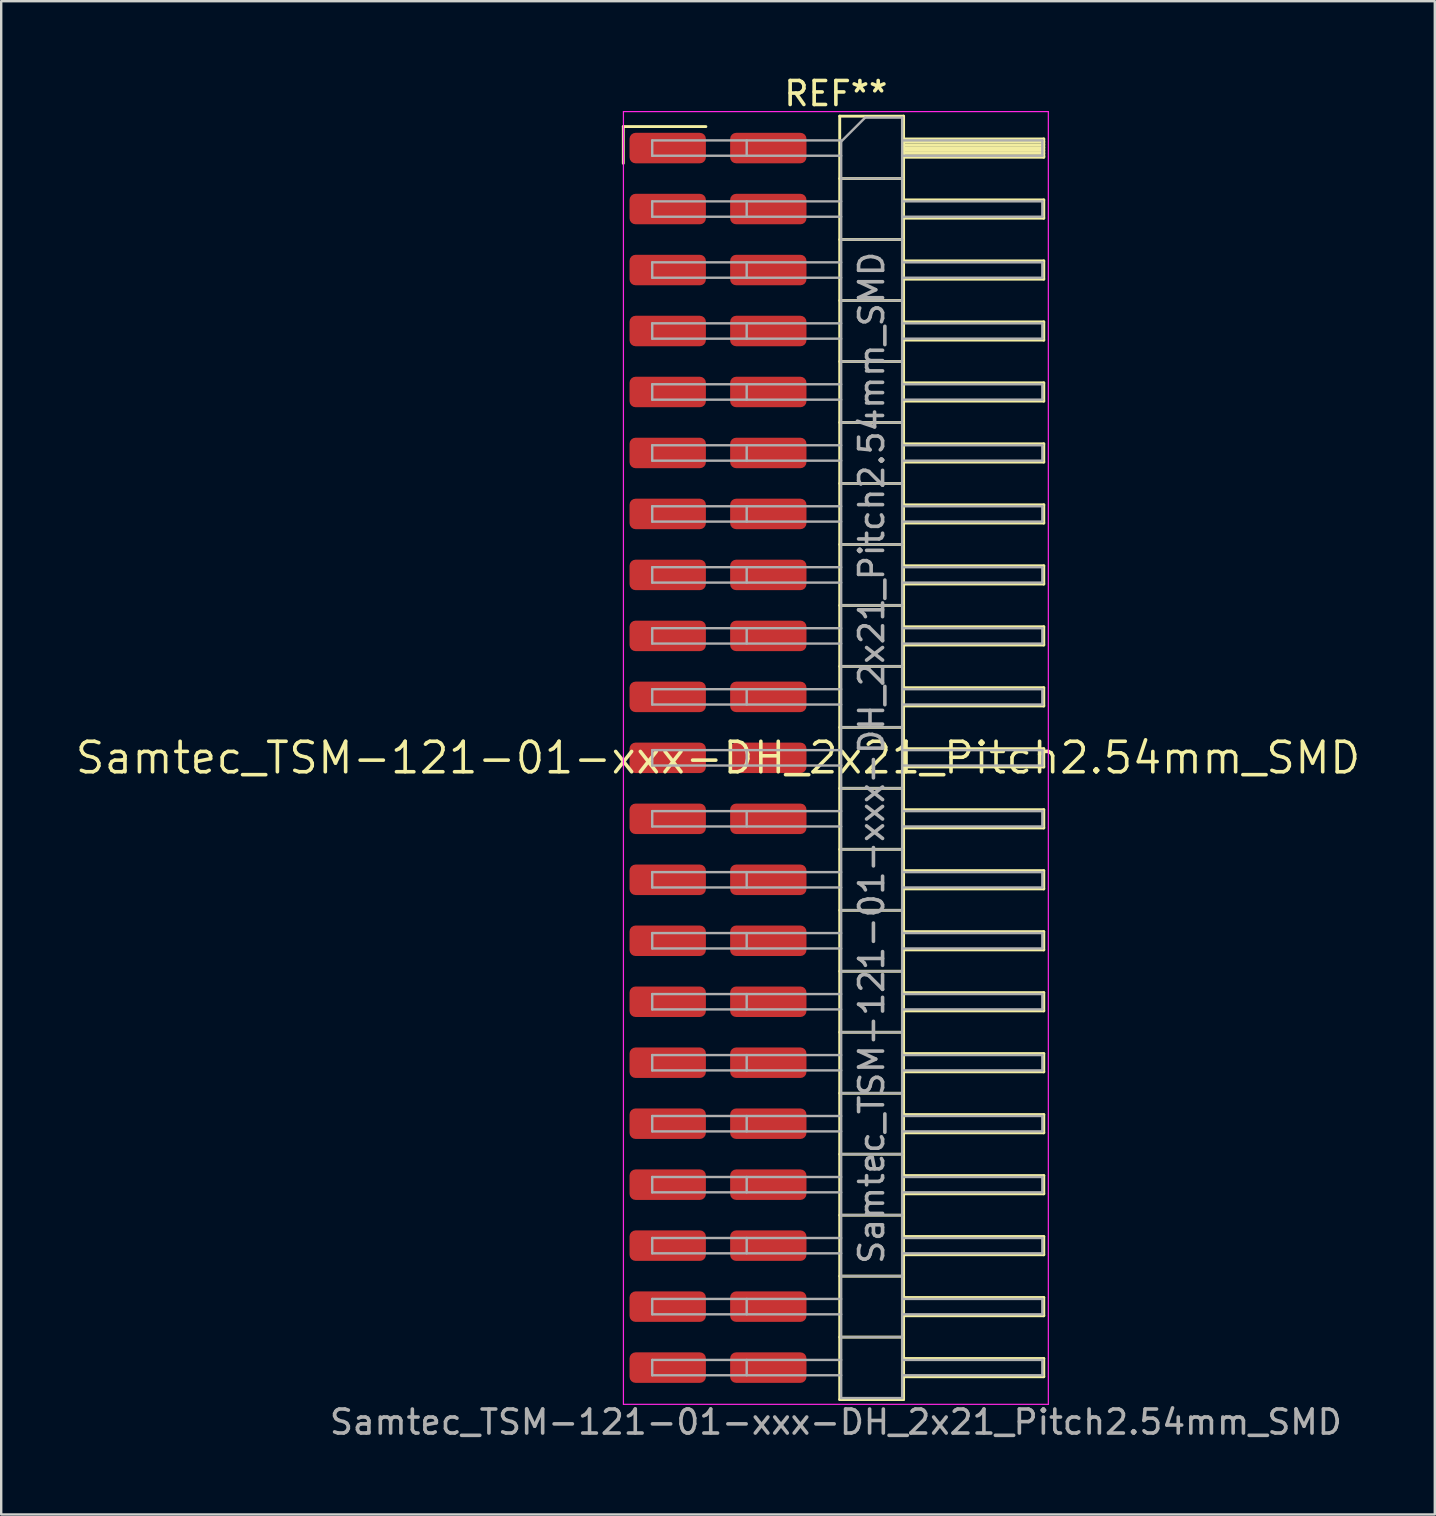
<source format=kicad_pcb>
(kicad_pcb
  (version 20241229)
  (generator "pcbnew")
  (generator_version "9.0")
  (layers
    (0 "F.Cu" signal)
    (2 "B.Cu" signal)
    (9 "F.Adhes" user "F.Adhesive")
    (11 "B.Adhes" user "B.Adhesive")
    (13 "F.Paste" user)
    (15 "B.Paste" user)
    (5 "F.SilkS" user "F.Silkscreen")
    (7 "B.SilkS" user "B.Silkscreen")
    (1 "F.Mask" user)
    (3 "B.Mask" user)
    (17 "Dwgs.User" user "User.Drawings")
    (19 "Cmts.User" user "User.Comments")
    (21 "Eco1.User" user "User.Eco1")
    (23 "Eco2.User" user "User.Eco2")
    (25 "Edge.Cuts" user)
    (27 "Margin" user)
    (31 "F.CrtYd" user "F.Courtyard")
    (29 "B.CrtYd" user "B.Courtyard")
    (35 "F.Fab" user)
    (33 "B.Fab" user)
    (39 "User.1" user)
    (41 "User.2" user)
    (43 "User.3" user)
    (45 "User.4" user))
  (footprint "Samtec_TSM-121-01-xxx-DH_2x21_Pitch2.54mm_SMD"
    (layer "F.Cu")
    (at 26.859 28.518)
    (property "Reference" "Samtec_TSM-121-01-xxx-DH_2x21_Pitch2.54mm_SMD" (at 0 0 0) (layer "F.SilkS") (effects (font (size 1.27 1.27) (thickness 0.15))))
    (attr smd)
    (fp_line (start -3.945 -26.295) (end -0.505 -26.295) (stroke (width 0.12) (type solid)) (layer "F.SilkS"))
    (fp_line (start -3.945 -24.765) (end -3.945 -26.295) (stroke (width 0.12) (type solid)) (layer "F.SilkS"))
    (fp_line (start 5.07 -26.73) (end 7.73 -26.73) (stroke (width 0.12) (type solid)) (layer "F.SilkS"))
    (fp_line (start 5.07 -24.13) (end 7.73 -24.13) (stroke (width 0.12) (type solid)) (layer "F.SilkS"))
    (fp_line (start 5.07 -21.59) (end 7.73 -21.59) (stroke (width 0.12) (type solid)) (layer "F.SilkS"))
    (fp_line (start 5.07 -19.05) (end 7.73 -19.05) (stroke (width 0.12) (type solid)) (layer "F.SilkS"))
    (fp_line (start 5.07 -16.51) (end 7.73 -16.51) (stroke (width 0.12) (type solid)) (layer "F.SilkS"))
    (fp_line (start 5.07 -13.97) (end 7.73 -13.97) (stroke (width 0.12) (type solid)) (layer "F.SilkS"))
    (fp_line (start 5.07 -11.43) (end 7.73 -11.43) (stroke (width 0.12) (type solid)) (layer "F.SilkS"))
    (fp_line (start 5.07 -8.89) (end 7.73 -8.89) (stroke (width 0.12) (type solid)) (layer "F.SilkS"))
    (fp_line (start 5.07 -6.35) (end 7.73 -6.35) (stroke (width 0.12) (type solid)) (layer "F.SilkS"))
    (fp_line (start 5.07 -3.81) (end 7.73 -3.81) (stroke (width 0.12) (type solid)) (layer "F.SilkS"))
    (fp_line (start 5.07 -1.27) (end 7.73 -1.27) (stroke (width 0.12) (type solid)) (layer "F.SilkS"))
    (fp_line (start 5.07 1.27) (end 7.73 1.27) (stroke (width 0.12) (type solid)) (layer "F.SilkS"))
    (fp_line (start 5.07 3.81) (end 7.73 3.81) (stroke (width 0.12) (type solid)) (layer "F.SilkS"))
    (fp_line (start 5.07 6.35) (end 7.73 6.35) (stroke (width 0.12) (type solid)) (layer "F.SilkS"))
    (fp_line (start 5.07 8.89) (end 7.73 8.89) (stroke (width 0.12) (type solid)) (layer "F.SilkS"))
    (fp_line (start 5.07 11.43) (end 7.73 11.43) (stroke (width 0.12) (type solid)) (layer "F.SilkS"))
    (fp_line (start 5.07 13.97) (end 7.73 13.97) (stroke (width 0.12) (type solid)) (layer "F.SilkS"))
    (fp_line (start 5.07 16.51) (end 7.73 16.51) (stroke (width 0.12) (type solid)) (layer "F.SilkS"))
    (fp_line (start 5.07 19.05) (end 7.73 19.05) (stroke (width 0.12) (type solid)) (layer "F.SilkS"))
    (fp_line (start 5.07 21.59) (end 7.73 21.59) (stroke (width 0.12) (type solid)) (layer "F.SilkS"))
    (fp_line (start 5.07 24.13) (end 7.73 24.13) (stroke (width 0.12) (type solid)) (layer "F.SilkS"))
    (fp_line (start 5.07 26.73) (end 5.07 -26.73) (stroke (width 0.12) (type solid)) (layer "F.SilkS"))
    (fp_line (start 7.73 -26.73) (end 7.73 26.73) (stroke (width 0.12) (type solid)) (layer "F.SilkS"))
    (fp_line (start 7.73 -25.78) (end 13.57 -25.78) (stroke (width 0.12) (type solid)) (layer "F.SilkS"))
    (fp_line (start 7.73 -25.66) (end 13.57 -25.66) (stroke (width 0.12) (type solid)) (layer "F.SilkS"))
    (fp_line (start 7.73 -25.54) (end 13.57 -25.54) (stroke (width 0.12) (type solid)) (layer "F.SilkS"))
    (fp_line (start 7.73 -25.42) (end 13.57 -25.42) (stroke (width 0.12) (type solid)) (layer "F.SilkS"))
    (fp_line (start 7.73 -25.3) (end 13.57 -25.3) (stroke (width 0.12) (type solid)) (layer "F.SilkS"))
    (fp_line (start 7.73 -25.18) (end 13.57 -25.18) (stroke (width 0.12) (type solid)) (layer "F.SilkS"))
    (fp_line (start 7.73 -25.06) (end 13.57 -25.06) (stroke (width 0.12) (type solid)) (layer "F.SilkS"))
    (fp_line (start 7.73 -25.02) (end 13.57 -25.02) (stroke (width 0.12) (type solid)) (layer "F.SilkS"))
    (fp_line (start 7.73 -23.24) (end 13.57 -23.24) (stroke (width 0.12) (type solid)) (layer "F.SilkS"))
    (fp_line (start 7.73 -22.48) (end 13.57 -22.48) (stroke (width 0.12) (type solid)) (layer "F.SilkS"))
    (fp_line (start 7.73 -20.7) (end 13.57 -20.7) (stroke (width 0.12) (type solid)) (layer "F.SilkS"))
    (fp_line (start 7.73 -19.94) (end 13.57 -19.94) (stroke (width 0.12) (type solid)) (layer "F.SilkS"))
    (fp_line (start 7.73 -18.16) (end 13.57 -18.16) (stroke (width 0.12) (type solid)) (layer "F.SilkS"))
    (fp_line (start 7.73 -17.4) (end 13.57 -17.4) (stroke (width 0.12) (type solid)) (layer "F.SilkS"))
    (fp_line (start 7.73 -15.62) (end 13.57 -15.62) (stroke (width 0.12) (type solid)) (layer "F.SilkS"))
    (fp_line (start 7.73 -14.86) (end 13.57 -14.86) (stroke (width 0.12) (type solid)) (layer "F.SilkS"))
    (fp_line (start 7.73 -13.08) (end 13.57 -13.08) (stroke (width 0.12) (type solid)) (layer "F.SilkS"))
    (fp_line (start 7.73 -12.32) (end 13.57 -12.32) (stroke (width 0.12) (type solid)) (layer "F.SilkS"))
    (fp_line (start 7.73 -10.54) (end 13.57 -10.54) (stroke (width 0.12) (type solid)) (layer "F.SilkS"))
    (fp_line (start 7.73 -9.78) (end 13.57 -9.78) (stroke (width 0.12) (type solid)) (layer "F.SilkS"))
    (fp_line (start 7.73 -8) (end 13.57 -8) (stroke (width 0.12) (type solid)) (layer "F.SilkS"))
    (fp_line (start 7.73 -7.24) (end 13.57 -7.24) (stroke (width 0.12) (type solid)) (layer "F.SilkS"))
    (fp_line (start 7.73 -5.46) (end 13.57 -5.46) (stroke (width 0.12) (type solid)) (layer "F.SilkS"))
    (fp_line (start 7.73 -4.7) (end 13.57 -4.7) (stroke (width 0.12) (type solid)) (layer "F.SilkS"))
    (fp_line (start 7.73 -2.92) (end 13.57 -2.92) (stroke (width 0.12) (type solid)) (layer "F.SilkS"))
    (fp_line (start 7.73 -2.16) (end 13.57 -2.16) (stroke (width 0.12) (type solid)) (layer "F.SilkS"))
    (fp_line (start 7.73 -0.38) (end 13.57 -0.38) (stroke (width 0.12) (type solid)) (layer "F.SilkS"))
    (fp_line (start 7.73 0.38) (end 13.57 0.38) (stroke (width 0.12) (type solid)) (layer "F.SilkS"))
    (fp_line (start 7.73 2.16) (end 13.57 2.16) (stroke (width 0.12) (type solid)) (layer "F.SilkS"))
    (fp_line (start 7.73 2.92) (end 13.57 2.92) (stroke (width 0.12) (type solid)) (layer "F.SilkS"))
    (fp_line (start 7.73 4.7) (end 13.57 4.7) (stroke (width 0.12) (type solid)) (layer "F.SilkS"))
    (fp_line (start 7.73 5.46) (end 13.57 5.46) (stroke (width 0.12) (type solid)) (layer "F.SilkS"))
    (fp_line (start 7.73 7.24) (end 13.57 7.24) (stroke (width 0.12) (type solid)) (layer "F.SilkS"))
    (fp_line (start 7.73 8) (end 13.57 8) (stroke (width 0.12) (type solid)) (layer "F.SilkS"))
    (fp_line (start 7.73 9.78) (end 13.57 9.78) (stroke (width 0.12) (type solid)) (layer "F.SilkS"))
    (fp_line (start 7.73 10.54) (end 13.57 10.54) (stroke (width 0.12) (type solid)) (layer "F.SilkS"))
    (fp_line (start 7.73 12.32) (end 13.57 12.32) (stroke (width 0.12) (type solid)) (layer "F.SilkS"))
    (fp_line (start 7.73 13.08) (end 13.57 13.08) (stroke (width 0.12) (type solid)) (layer "F.SilkS"))
    (fp_line (start 7.73 14.86) (end 13.57 14.86) (stroke (width 0.12) (type solid)) (layer "F.SilkS"))
    (fp_line (start 7.73 15.62) (end 13.57 15.62) (stroke (width 0.12) (type solid)) (layer "F.SilkS"))
    (fp_line (start 7.73 17.4) (end 13.57 17.4) (stroke (width 0.12) (type solid)) (layer "F.SilkS"))
    (fp_line (start 7.73 18.16) (end 13.57 18.16) (stroke (width 0.12) (type solid)) (layer "F.SilkS"))
    (fp_line (start 7.73 19.94) (end 13.57 19.94) (stroke (width 0.12) (type solid)) (layer "F.SilkS"))
    (fp_line (start 7.73 20.7) (end 13.57 20.7) (stroke (width 0.12) (type solid)) (layer "F.SilkS"))
    (fp_line (start 7.73 22.48) (end 13.57 22.48) (stroke (width 0.12) (type solid)) (layer "F.SilkS"))
    (fp_line (start 7.73 23.24) (end 13.57 23.24) (stroke (width 0.12) (type solid)) (layer "F.SilkS"))
    (fp_line (start 7.73 25.02) (end 13.57 25.02) (stroke (width 0.12) (type solid)) (layer "F.SilkS"))
    (fp_line (start 7.73 25.78) (end 13.57 25.78) (stroke (width 0.12) (type solid)) (layer "F.SilkS"))
    (fp_line (start 7.73 26.73) (end 5.07 26.73) (stroke (width 0.12) (type solid)) (layer "F.SilkS"))
    (fp_line (start 13.57 -25.78) (end 13.57 -25.02) (stroke (width 0.12) (type solid)) (layer "F.SilkS"))
    (fp_line (start 13.57 -23.24) (end 13.57 -22.48) (stroke (width 0.12) (type solid)) (layer "F.SilkS"))
    (fp_line (start 13.57 -20.7) (end 13.57 -19.94) (stroke (width 0.12) (type solid)) (layer "F.SilkS"))
    (fp_line (start 13.57 -18.16) (end 13.57 -17.4) (stroke (width 0.12) (type solid)) (layer "F.SilkS"))
    (fp_line (start 13.57 -15.62) (end 13.57 -14.86) (stroke (width 0.12) (type solid)) (layer "F.SilkS"))
    (fp_line (start 13.57 -13.08) (end 13.57 -12.32) (stroke (width 0.12) (type solid)) (layer "F.SilkS"))
    (fp_line (start 13.57 -10.54) (end 13.57 -9.78) (stroke (width 0.12) (type solid)) (layer "F.SilkS"))
    (fp_line (start 13.57 -8) (end 13.57 -7.24) (stroke (width 0.12) (type solid)) (layer "F.SilkS"))
    (fp_line (start 13.57 -5.46) (end 13.57 -4.7) (stroke (width 0.12) (type solid)) (layer "F.SilkS"))
    (fp_line (start 13.57 -2.92) (end 13.57 -2.16) (stroke (width 0.12) (type solid)) (layer "F.SilkS"))
    (fp_line (start 13.57 -0.38) (end 13.57 0.38) (stroke (width 0.12) (type solid)) (layer "F.SilkS"))
    (fp_line (start 13.57 2.16) (end 13.57 2.92) (stroke (width 0.12) (type solid)) (layer "F.SilkS"))
    (fp_line (start 13.57 4.7) (end 13.57 5.46) (stroke (width 0.12) (type solid)) (layer "F.SilkS"))
    (fp_line (start 13.57 7.24) (end 13.57 8) (stroke (width 0.12) (type solid)) (layer "F.SilkS"))
    (fp_line (start 13.57 9.78) (end 13.57 10.54) (stroke (width 0.12) (type solid)) (layer "F.SilkS"))
    (fp_line (start 13.57 12.32) (end 13.57 13.08) (stroke (width 0.12) (type solid)) (layer "F.SilkS"))
    (fp_line (start 13.57 14.86) (end 13.57 15.62) (stroke (width 0.12) (type solid)) (layer "F.SilkS"))
    (fp_line (start 13.57 17.4) (end 13.57 18.16) (stroke (width 0.12) (type solid)) (layer "F.SilkS"))
    (fp_line (start 13.57 19.94) (end 13.57 20.7) (stroke (width 0.12) (type solid)) (layer "F.SilkS"))
    (fp_line (start 13.57 22.48) (end 13.57 23.24) (stroke (width 0.12) (type solid)) (layer "F.SilkS"))
    (fp_line (start 13.57 25.02) (end 13.57 25.78) (stroke (width 0.12) (type solid)) (layer "F.SilkS"))
    (fp_line (start -3.94 -26.92) (end 13.76 -26.92) (stroke (width 0.05) (type solid)) (layer "F.CrtYd"))
    (fp_line (start -3.94 26.93) (end -3.94 -26.92) (stroke (width 0.05) (type solid)) (layer "F.CrtYd"))
    (fp_line (start 13.76 -26.92) (end 13.76 26.93) (stroke (width 0.05) (type solid)) (layer "F.CrtYd"))
    (fp_line (start 13.76 26.93) (end -3.94 26.93) (stroke (width 0.05) (type solid)) (layer "F.CrtYd"))
    (fp_line (start -2.74 -25.72) (end -2.74 -25.08) (stroke (width 0.1) (type solid)) (layer "F.Fab"))
    (fp_line (start -2.74 -25.72) (end 5.13 -25.72) (stroke (width 0.1) (type solid)) (layer "F.Fab"))
    (fp_line (start -2.74 -25.08) (end 5.13 -25.08) (stroke (width 0.1) (type solid)) (layer "F.Fab"))
    (fp_line (start -2.74 -23.18) (end -2.74 -22.54) (stroke (width 0.1) (type solid)) (layer "F.Fab"))
    (fp_line (start -2.74 -23.18) (end 5.13 -23.18) (stroke (width 0.1) (type solid)) (layer "F.Fab"))
    (fp_line (start -2.74 -22.54) (end 5.13 -22.54) (stroke (width 0.1) (type solid)) (layer "F.Fab"))
    (fp_line (start -2.74 -20.64) (end -2.74 -20) (stroke (width 0.1) (type solid)) (layer "F.Fab"))
    (fp_line (start -2.74 -20.64) (end 5.13 -20.64) (stroke (width 0.1) (type solid)) (layer "F.Fab"))
    (fp_line (start -2.74 -20) (end 5.13 -20) (stroke (width 0.1) (type solid)) (layer "F.Fab"))
    (fp_line (start -2.74 -18.1) (end -2.74 -17.46) (stroke (width 0.1) (type solid)) (layer "F.Fab"))
    (fp_line (start -2.74 -18.1) (end 5.13 -18.1) (stroke (width 0.1) (type solid)) (layer "F.Fab"))
    (fp_line (start -2.74 -17.46) (end 5.13 -17.46) (stroke (width 0.1) (type solid)) (layer "F.Fab"))
    (fp_line (start -2.74 -15.56) (end -2.74 -14.92) (stroke (width 0.1) (type solid)) (layer "F.Fab"))
    (fp_line (start -2.74 -15.56) (end 5.13 -15.56) (stroke (width 0.1) (type solid)) (layer "F.Fab"))
    (fp_line (start -2.74 -14.92) (end 5.13 -14.92) (stroke (width 0.1) (type solid)) (layer "F.Fab"))
    (fp_line (start -2.74 -13.02) (end -2.74 -12.38) (stroke (width 0.1) (type solid)) (layer "F.Fab"))
    (fp_line (start -2.74 -13.02) (end 5.13 -13.02) (stroke (width 0.1) (type solid)) (layer "F.Fab"))
    (fp_line (start -2.74 -12.38) (end 5.13 -12.38) (stroke (width 0.1) (type solid)) (layer "F.Fab"))
    (fp_line (start -2.74 -10.48) (end -2.74 -9.84) (stroke (width 0.1) (type solid)) (layer "F.Fab"))
    (fp_line (start -2.74 -10.48) (end 5.13 -10.48) (stroke (width 0.1) (type solid)) (layer "F.Fab"))
    (fp_line (start -2.74 -9.84) (end 5.13 -9.84) (stroke (width 0.1) (type solid)) (layer "F.Fab"))
    (fp_line (start -2.74 -7.94) (end -2.74 -7.3) (stroke (width 0.1) (type solid)) (layer "F.Fab"))
    (fp_line (start -2.74 -7.94) (end 5.13 -7.94) (stroke (width 0.1) (type solid)) (layer "F.Fab"))
    (fp_line (start -2.74 -7.3) (end 5.13 -7.3) (stroke (width 0.1) (type solid)) (layer "F.Fab"))
    (fp_line (start -2.74 -5.4) (end -2.74 -4.76) (stroke (width 0.1) (type solid)) (layer "F.Fab"))
    (fp_line (start -2.74 -5.4) (end 5.13 -5.4) (stroke (width 0.1) (type solid)) (layer "F.Fab"))
    (fp_line (start -2.74 -4.76) (end 5.13 -4.76) (stroke (width 0.1) (type solid)) (layer "F.Fab"))
    (fp_line (start -2.74 -2.86) (end -2.74 -2.22) (stroke (width 0.1) (type solid)) (layer "F.Fab"))
    (fp_line (start -2.74 -2.86) (end 5.13 -2.86) (stroke (width 0.1) (type solid)) (layer "F.Fab"))
    (fp_line (start -2.74 -2.22) (end 5.13 -2.22) (stroke (width 0.1) (type solid)) (layer "F.Fab"))
    (fp_line (start -2.74 -0.32) (end -2.74 0.32) (stroke (width 0.1) (type solid)) (layer "F.Fab"))
    (fp_line (start -2.74 -0.32) (end 5.13 -0.32) (stroke (width 0.1) (type solid)) (layer "F.Fab"))
    (fp_line (start -2.74 0.32) (end 5.13 0.32) (stroke (width 0.1) (type solid)) (layer "F.Fab"))
    (fp_line (start -2.74 2.22) (end -2.74 2.86) (stroke (width 0.1) (type solid)) (layer "F.Fab"))
    (fp_line (start -2.74 2.22) (end 5.13 2.22) (stroke (width 0.1) (type solid)) (layer "F.Fab"))
    (fp_line (start -2.74 2.86) (end 5.13 2.86) (stroke (width 0.1) (type solid)) (layer "F.Fab"))
    (fp_line (start -2.74 4.76) (end -2.74 5.4) (stroke (width 0.1) (type solid)) (layer "F.Fab"))
    (fp_line (start -2.74 4.76) (end 5.13 4.76) (stroke (width 0.1) (type solid)) (layer "F.Fab"))
    (fp_line (start -2.74 5.4) (end 5.13 5.4) (stroke (width 0.1) (type solid)) (layer "F.Fab"))
    (fp_line (start -2.74 7.3) (end -2.74 7.94) (stroke (width 0.1) (type solid)) (layer "F.Fab"))
    (fp_line (start -2.74 7.3) (end 5.13 7.3) (stroke (width 0.1) (type solid)) (layer "F.Fab"))
    (fp_line (start -2.74 7.94) (end 5.13 7.94) (stroke (width 0.1) (type solid)) (layer "F.Fab"))
    (fp_line (start -2.74 9.84) (end -2.74 10.48) (stroke (width 0.1) (type solid)) (layer "F.Fab"))
    (fp_line (start -2.74 9.84) (end 5.13 9.84) (stroke (width 0.1) (type solid)) (layer "F.Fab"))
    (fp_line (start -2.74 10.48) (end 5.13 10.48) (stroke (width 0.1) (type solid)) (layer "F.Fab"))
    (fp_line (start -2.74 12.38) (end -2.74 13.02) (stroke (width 0.1) (type solid)) (layer "F.Fab"))
    (fp_line (start -2.74 12.38) (end 5.13 12.38) (stroke (width 0.1) (type solid)) (layer "F.Fab"))
    (fp_line (start -2.74 13.02) (end 5.13 13.02) (stroke (width 0.1) (type solid)) (layer "F.Fab"))
    (fp_line (start -2.74 14.92) (end -2.74 15.56) (stroke (width 0.1) (type solid)) (layer "F.Fab"))
    (fp_line (start -2.74 14.92) (end 5.13 14.92) (stroke (width 0.1) (type solid)) (layer "F.Fab"))
    (fp_line (start -2.74 15.56) (end 5.13 15.56) (stroke (width 0.1) (type solid)) (layer "F.Fab"))
    (fp_line (start -2.74 17.46) (end -2.74 18.1) (stroke (width 0.1) (type solid)) (layer "F.Fab"))
    (fp_line (start -2.74 17.46) (end 5.13 17.46) (stroke (width 0.1) (type solid)) (layer "F.Fab"))
    (fp_line (start -2.74 18.1) (end 5.13 18.1) (stroke (width 0.1) (type solid)) (layer "F.Fab"))
    (fp_line (start -2.74 20) (end -2.74 20.64) (stroke (width 0.1) (type solid)) (layer "F.Fab"))
    (fp_line (start -2.74 20) (end 5.13 20) (stroke (width 0.1) (type solid)) (layer "F.Fab"))
    (fp_line (start -2.74 20.64) (end 5.13 20.64) (stroke (width 0.1) (type solid)) (layer "F.Fab"))
    (fp_line (start -2.74 22.54) (end -2.74 23.18) (stroke (width 0.1) (type solid)) (layer "F.Fab"))
    (fp_line (start -2.74 22.54) (end 5.13 22.54) (stroke (width 0.1) (type solid)) (layer "F.Fab"))
    (fp_line (start -2.74 23.18) (end 5.13 23.18) (stroke (width 0.1) (type solid)) (layer "F.Fab"))
    (fp_line (start -2.74 25.08) (end -2.74 25.72) (stroke (width 0.1) (type solid)) (layer "F.Fab"))
    (fp_line (start -2.74 25.08) (end 5.13 25.08) (stroke (width 0.1) (type solid)) (layer "F.Fab"))
    (fp_line (start -2.74 25.72) (end 5.13 25.72) (stroke (width 0.1) (type solid)) (layer "F.Fab"))
    (fp_line (start 1.195 -25.72) (end 1.195 -25.08) (stroke (width 0.1) (type solid)) (layer "F.Fab"))
    (fp_line (start 1.195 -23.18) (end 1.195 -22.54) (stroke (width 0.1) (type solid)) (layer "F.Fab"))
    (fp_line (start 1.195 -20.64) (end 1.195 -20) (stroke (width 0.1) (type solid)) (layer "F.Fab"))
    (fp_line (start 1.195 -18.1) (end 1.195 -17.46) (stroke (width 0.1) (type solid)) (layer "F.Fab"))
    (fp_line (start 1.195 -15.56) (end 1.195 -14.92) (stroke (width 0.1) (type solid)) (layer "F.Fab"))
    (fp_line (start 1.195 -13.02) (end 1.195 -12.38) (stroke (width 0.1) (type solid)) (layer "F.Fab"))
    (fp_line (start 1.195 -10.48) (end 1.195 -9.84) (stroke (width 0.1) (type solid)) (layer "F.Fab"))
    (fp_line (start 1.195 -7.94) (end 1.195 -7.3) (stroke (width 0.1) (type solid)) (layer "F.Fab"))
    (fp_line (start 1.195 -5.4) (end 1.195 -4.76) (stroke (width 0.1) (type solid)) (layer "F.Fab"))
    (fp_line (start 1.195 -2.86) (end 1.195 -2.22) (stroke (width 0.1) (type solid)) (layer "F.Fab"))
    (fp_line (start 1.195 -0.32) (end 1.195 0.32) (stroke (width 0.1) (type solid)) (layer "F.Fab"))
    (fp_line (start 1.195 2.22) (end 1.195 2.86) (stroke (width 0.1) (type solid)) (layer "F.Fab"))
    (fp_line (start 1.195 4.76) (end 1.195 5.4) (stroke (width 0.1) (type solid)) (layer "F.Fab"))
    (fp_line (start 1.195 7.3) (end 1.195 7.94) (stroke (width 0.1) (type solid)) (layer "F.Fab"))
    (fp_line (start 1.195 9.84) (end 1.195 10.48) (stroke (width 0.1) (type solid)) (layer "F.Fab"))
    (fp_line (start 1.195 12.38) (end 1.195 13.02) (stroke (width 0.1) (type solid)) (layer "F.Fab"))
    (fp_line (start 1.195 14.92) (end 1.195 15.56) (stroke (width 0.1) (type solid)) (layer "F.Fab"))
    (fp_line (start 1.195 17.46) (end 1.195 18.1) (stroke (width 0.1) (type solid)) (layer "F.Fab"))
    (fp_line (start 1.195 20) (end 1.195 20.64) (stroke (width 0.1) (type solid)) (layer "F.Fab"))
    (fp_line (start 1.195 22.54) (end 1.195 23.18) (stroke (width 0.1) (type solid)) (layer "F.Fab"))
    (fp_line (start 1.195 25.08) (end 1.195 25.72) (stroke (width 0.1) (type solid)) (layer "F.Fab"))
    (fp_line (start 5.13 -25.67) (end 6.13 -26.67) (stroke (width 0.1) (type solid)) (layer "F.Fab"))
    (fp_line (start 5.13 -24.13) (end 7.67 -24.13) (stroke (width 0.1) (type solid)) (layer "F.Fab"))
    (fp_line (start 5.13 -21.59) (end 7.67 -21.59) (stroke (width 0.1) (type solid)) (layer "F.Fab"))
    (fp_line (start 5.13 -19.05) (end 7.67 -19.05) (stroke (width 0.1) (type solid)) (layer "F.Fab"))
    (fp_line (start 5.13 -16.51) (end 7.67 -16.51) (stroke (width 0.1) (type solid)) (layer "F.Fab"))
    (fp_line (start 5.13 -13.97) (end 7.67 -13.97) (stroke (width 0.1) (type solid)) (layer "F.Fab"))
    (fp_line (start 5.13 -11.43) (end 7.67 -11.43) (stroke (width 0.1) (type solid)) (layer "F.Fab"))
    (fp_line (start 5.13 -8.89) (end 7.67 -8.89) (stroke (width 0.1) (type solid)) (layer "F.Fab"))
    (fp_line (start 5.13 -6.35) (end 7.67 -6.35) (stroke (width 0.1) (type solid)) (layer "F.Fab"))
    (fp_line (start 5.13 -3.81) (end 7.67 -3.81) (stroke (width 0.1) (type solid)) (layer "F.Fab"))
    (fp_line (start 5.13 -1.27) (end 7.67 -1.27) (stroke (width 0.1) (type solid)) (layer "F.Fab"))
    (fp_line (start 5.13 1.27) (end 7.67 1.27) (stroke (width 0.1) (type solid)) (layer "F.Fab"))
    (fp_line (start 5.13 3.81) (end 7.67 3.81) (stroke (width 0.1) (type solid)) (layer "F.Fab"))
    (fp_line (start 5.13 6.35) (end 7.67 6.35) (stroke (width 0.1) (type solid)) (layer "F.Fab"))
    (fp_line (start 5.13 8.89) (end 7.67 8.89) (stroke (width 0.1) (type solid)) (layer "F.Fab"))
    (fp_line (start 5.13 11.43) (end 7.67 11.43) (stroke (width 0.1) (type solid)) (layer "F.Fab"))
    (fp_line (start 5.13 13.97) (end 7.67 13.97) (stroke (width 0.1) (type solid)) (layer "F.Fab"))
    (fp_line (start 5.13 16.51) (end 7.67 16.51) (stroke (width 0.1) (type solid)) (layer "F.Fab"))
    (fp_line (start 5.13 19.05) (end 7.67 19.05) (stroke (width 0.1) (type solid)) (layer "F.Fab"))
    (fp_line (start 5.13 21.59) (end 7.67 21.59) (stroke (width 0.1) (type solid)) (layer "F.Fab"))
    (fp_line (start 5.13 24.13) (end 7.67 24.13) (stroke (width 0.1) (type solid)) (layer "F.Fab"))
    (fp_line (start 5.13 26.67) (end 5.13 -25.67) (stroke (width 0.1) (type solid)) (layer "F.Fab"))
    (fp_line (start 6.13 -26.67) (end 7.67 -26.67) (stroke (width 0.1) (type solid)) (layer "F.Fab"))
    (fp_line (start 7.67 -26.67) (end 7.67 26.67) (stroke (width 0.1) (type solid)) (layer "F.Fab"))
    (fp_line (start 7.67 -25.72) (end 13.51 -25.72) (stroke (width 0.1) (type solid)) (layer "F.Fab"))
    (fp_line (start 7.67 -25.08) (end 13.51 -25.08) (stroke (width 0.1) (type solid)) (layer "F.Fab"))
    (fp_line (start 7.67 -23.18) (end 13.51 -23.18) (stroke (width 0.1) (type solid)) (layer "F.Fab"))
    (fp_line (start 7.67 -22.54) (end 13.51 -22.54) (stroke (width 0.1) (type solid)) (layer "F.Fab"))
    (fp_line (start 7.67 -20.64) (end 13.51 -20.64) (stroke (width 0.1) (type solid)) (layer "F.Fab"))
    (fp_line (start 7.67 -20) (end 13.51 -20) (stroke (width 0.1) (type solid)) (layer "F.Fab"))
    (fp_line (start 7.67 -18.1) (end 13.51 -18.1) (stroke (width 0.1) (type solid)) (layer "F.Fab"))
    (fp_line (start 7.67 -17.46) (end 13.51 -17.46) (stroke (width 0.1) (type solid)) (layer "F.Fab"))
    (fp_line (start 7.67 -15.56) (end 13.51 -15.56) (stroke (width 0.1) (type solid)) (layer "F.Fab"))
    (fp_line (start 7.67 -14.92) (end 13.51 -14.92) (stroke (width 0.1) (type solid)) (layer "F.Fab"))
    (fp_line (start 7.67 -13.02) (end 13.51 -13.02) (stroke (width 0.1) (type solid)) (layer "F.Fab"))
    (fp_line (start 7.67 -12.38) (end 13.51 -12.38) (stroke (width 0.1) (type solid)) (layer "F.Fab"))
    (fp_line (start 7.67 -10.48) (end 13.51 -10.48) (stroke (width 0.1) (type solid)) (layer "F.Fab"))
    (fp_line (start 7.67 -9.84) (end 13.51 -9.84) (stroke (width 0.1) (type solid)) (layer "F.Fab"))
    (fp_line (start 7.67 -7.94) (end 13.51 -7.94) (stroke (width 0.1) (type solid)) (layer "F.Fab"))
    (fp_line (start 7.67 -7.3) (end 13.51 -7.3) (stroke (width 0.1) (type solid)) (layer "F.Fab"))
    (fp_line (start 7.67 -5.4) (end 13.51 -5.4) (stroke (width 0.1) (type solid)) (layer "F.Fab"))
    (fp_line (start 7.67 -4.76) (end 13.51 -4.76) (stroke (width 0.1) (type solid)) (layer "F.Fab"))
    (fp_line (start 7.67 -2.86) (end 13.51 -2.86) (stroke (width 0.1) (type solid)) (layer "F.Fab"))
    (fp_line (start 7.67 -2.22) (end 13.51 -2.22) (stroke (width 0.1) (type solid)) (layer "F.Fab"))
    (fp_line (start 7.67 -0.32) (end 13.51 -0.32) (stroke (width 0.1) (type solid)) (layer "F.Fab"))
    (fp_line (start 7.67 0.32) (end 13.51 0.32) (stroke (width 0.1) (type solid)) (layer "F.Fab"))
    (fp_line (start 7.67 2.22) (end 13.51 2.22) (stroke (width 0.1) (type solid)) (layer "F.Fab"))
    (fp_line (start 7.67 2.86) (end 13.51 2.86) (stroke (width 0.1) (type solid)) (layer "F.Fab"))
    (fp_line (start 7.67 4.76) (end 13.51 4.76) (stroke (width 0.1) (type solid)) (layer "F.Fab"))
    (fp_line (start 7.67 5.4) (end 13.51 5.4) (stroke (width 0.1) (type solid)) (layer "F.Fab"))
    (fp_line (start 7.67 7.3) (end 13.51 7.3) (stroke (width 0.1) (type solid)) (layer "F.Fab"))
    (fp_line (start 7.67 7.94) (end 13.51 7.94) (stroke (width 0.1) (type solid)) (layer "F.Fab"))
    (fp_line (start 7.67 9.84) (end 13.51 9.84) (stroke (width 0.1) (type solid)) (layer "F.Fab"))
    (fp_line (start 7.67 10.48) (end 13.51 10.48) (stroke (width 0.1) (type solid)) (layer "F.Fab"))
    (fp_line (start 7.67 12.38) (end 13.51 12.38) (stroke (width 0.1) (type solid)) (layer "F.Fab"))
    (fp_line (start 7.67 13.02) (end 13.51 13.02) (stroke (width 0.1) (type solid)) (layer "F.Fab"))
    (fp_line (start 7.67 14.92) (end 13.51 14.92) (stroke (width 0.1) (type solid)) (layer "F.Fab"))
    (fp_line (start 7.67 15.56) (end 13.51 15.56) (stroke (width 0.1) (type solid)) (layer "F.Fab"))
    (fp_line (start 7.67 17.46) (end 13.51 17.46) (stroke (width 0.1) (type solid)) (layer "F.Fab"))
    (fp_line (start 7.67 18.1) (end 13.51 18.1) (stroke (width 0.1) (type solid)) (layer "F.Fab"))
    (fp_line (start 7.67 20) (end 13.51 20) (stroke (width 0.1) (type solid)) (layer "F.Fab"))
    (fp_line (start 7.67 20.64) (end 13.51 20.64) (stroke (width 0.1) (type solid)) (layer "F.Fab"))
    (fp_line (start 7.67 22.54) (end 13.51 22.54) (stroke (width 0.1) (type solid)) (layer "F.Fab"))
    (fp_line (start 7.67 23.18) (end 13.51 23.18) (stroke (width 0.1) (type solid)) (layer "F.Fab"))
    (fp_line (start 7.67 25.08) (end 13.51 25.08) (stroke (width 0.1) (type solid)) (layer "F.Fab"))
    (fp_line (start 7.67 25.72) (end 13.51 25.72) (stroke (width 0.1) (type solid)) (layer "F.Fab"))
    (fp_line (start 7.67 26.67) (end 5.13 26.67) (stroke (width 0.1) (type solid)) (layer "F.Fab"))
    (fp_line (start 13.51 -25.72) (end 13.51 -25.08) (stroke (width 0.1) (type solid)) (layer "F.Fab"))
    (fp_line (start 13.51 -23.18) (end 13.51 -22.54) (stroke (width 0.1) (type solid)) (layer "F.Fab"))
    (fp_line (start 13.51 -20.64) (end 13.51 -20) (stroke (width 0.1) (type solid)) (layer "F.Fab"))
    (fp_line (start 13.51 -18.1) (end 13.51 -17.46) (stroke (width 0.1) (type solid)) (layer "F.Fab"))
    (fp_line (start 13.51 -15.56) (end 13.51 -14.92) (stroke (width 0.1) (type solid)) (layer "F.Fab"))
    (fp_line (start 13.51 -13.02) (end 13.51 -12.38) (stroke (width 0.1) (type solid)) (layer "F.Fab"))
    (fp_line (start 13.51 -10.48) (end 13.51 -9.84) (stroke (width 0.1) (type solid)) (layer "F.Fab"))
    (fp_line (start 13.51 -7.94) (end 13.51 -7.3) (stroke (width 0.1) (type solid)) (layer "F.Fab"))
    (fp_line (start 13.51 -5.4) (end 13.51 -4.76) (stroke (width 0.1) (type solid)) (layer "F.Fab"))
    (fp_line (start 13.51 -2.86) (end 13.51 -2.22) (stroke (width 0.1) (type solid)) (layer "F.Fab"))
    (fp_line (start 13.51 -0.32) (end 13.51 0.32) (stroke (width 0.1) (type solid)) (layer "F.Fab"))
    (fp_line (start 13.51 2.22) (end 13.51 2.86) (stroke (width 0.1) (type solid)) (layer "F.Fab"))
    (fp_line (start 13.51 4.76) (end 13.51 5.4) (stroke (width 0.1) (type solid)) (layer "F.Fab"))
    (fp_line (start 13.51 7.3) (end 13.51 7.94) (stroke (width 0.1) (type solid)) (layer "F.Fab"))
    (fp_line (start 13.51 9.84) (end 13.51 10.48) (stroke (width 0.1) (type solid)) (layer "F.Fab"))
    (fp_line (start 13.51 12.38) (end 13.51 13.02) (stroke (width 0.1) (type solid)) (layer "F.Fab"))
    (fp_line (start 13.51 14.92) (end 13.51 15.56) (stroke (width 0.1) (type solid)) (layer "F.Fab"))
    (fp_line (start 13.51 17.46) (end 13.51 18.1) (stroke (width 0.1) (type solid)) (layer "F.Fab"))
    (fp_line (start 13.51 20) (end 13.51 20.64) (stroke (width 0.1) (type solid)) (layer "F.Fab"))
    (fp_line (start 13.51 22.54) (end 13.51 23.18) (stroke (width 0.1) (type solid)) (layer "F.Fab"))
    (fp_line (start 13.51 25.08) (end 13.51 25.72) (stroke (width 0.1) (type solid)) (layer "F.Fab"))
    (fp_text user "REF**" (at 4.91 -27.67 0) (layer "F.SilkS") (effects (font (size 1 1) (thickness 0.15))))
    (fp_text user "${REFERENCE}" (at 6.4 0 90) (layer "F.Fab") (effects (font (size 1 1) (thickness 0.15))))
    (fp_text user "Samtec_TSM-121-01-xxx-DH_2x21_Pitch2.54mm_SMD" (at 4.91 27.67 0) (layer "F.Fab") (effects (font (size 1 1) (thickness 0.15))))
    (pad "1" smd roundrect (at -2.095 -25.4) (size 3.18 1.27) (layers "F.Cu" "F.Mask" "F.Paste") (roundrect_rratio 0.197))
    (pad "2" smd roundrect (at 2.095 -25.4) (size 3.18 1.27) (layers "F.Cu" "F.Mask" "F.Paste") (roundrect_rratio 0.197))
    (pad "3" smd roundrect (at -2.095 -22.86) (size 3.18 1.27) (layers "F.Cu" "F.Mask" "F.Paste") (roundrect_rratio 0.197))
    (pad "4" smd roundrect (at 2.095 -22.86) (size 3.18 1.27) (layers "F.Cu" "F.Mask" "F.Paste") (roundrect_rratio 0.197))
    (pad "5" smd roundrect (at -2.095 -20.32) (size 3.18 1.27) (layers "F.Cu" "F.Mask" "F.Paste") (roundrect_rratio 0.197))
    (pad "6" smd roundrect (at 2.095 -20.32) (size 3.18 1.27) (layers "F.Cu" "F.Mask" "F.Paste") (roundrect_rratio 0.197))
    (pad "7" smd roundrect (at -2.095 -17.78) (size 3.18 1.27) (layers "F.Cu" "F.Mask" "F.Paste") (roundrect_rratio 0.197))
    (pad "8" smd roundrect (at 2.095 -17.78) (size 3.18 1.27) (layers "F.Cu" "F.Mask" "F.Paste") (roundrect_rratio 0.197))
    (pad "9" smd roundrect (at -2.095 -15.24) (size 3.18 1.27) (layers "F.Cu" "F.Mask" "F.Paste") (roundrect_rratio 0.197))
    (pad "10" smd roundrect (at 2.095 -15.24) (size 3.18 1.27) (layers "F.Cu" "F.Mask" "F.Paste") (roundrect_rratio 0.197))
    (pad "11" smd roundrect (at -2.095 -12.7) (size 3.18 1.27) (layers "F.Cu" "F.Mask" "F.Paste") (roundrect_rratio 0.197))
    (pad "12" smd roundrect (at 2.095 -12.7) (size 3.18 1.27) (layers "F.Cu" "F.Mask" "F.Paste") (roundrect_rratio 0.197))
    (pad "13" smd roundrect (at -2.095 -10.16) (size 3.18 1.27) (layers "F.Cu" "F.Mask" "F.Paste") (roundrect_rratio 0.197))
    (pad "14" smd roundrect (at 2.095 -10.16) (size 3.18 1.27) (layers "F.Cu" "F.Mask" "F.Paste") (roundrect_rratio 0.197))
    (pad "15" smd roundrect (at -2.095 -7.62) (size 3.18 1.27) (layers "F.Cu" "F.Mask" "F.Paste") (roundrect_rratio 0.197))
    (pad "16" smd roundrect (at 2.095 -7.62) (size 3.18 1.27) (layers "F.Cu" "F.Mask" "F.Paste") (roundrect_rratio 0.197))
    (pad "17" smd roundrect (at -2.095 -5.08) (size 3.18 1.27) (layers "F.Cu" "F.Mask" "F.Paste") (roundrect_rratio 0.197))
    (pad "18" smd roundrect (at 2.095 -5.08) (size 3.18 1.27) (layers "F.Cu" "F.Mask" "F.Paste") (roundrect_rratio 0.197))
    (pad "19" smd roundrect (at -2.095 -2.54) (size 3.18 1.27) (layers "F.Cu" "F.Mask" "F.Paste") (roundrect_rratio 0.197))
    (pad "20" smd roundrect (at 2.095 -2.54) (size 3.18 1.27) (layers "F.Cu" "F.Mask" "F.Paste") (roundrect_rratio 0.197))
    (pad "21" smd roundrect (at -2.095 0) (size 3.18 1.27) (layers "F.Cu" "F.Mask" "F.Paste") (roundrect_rratio 0.197))
    (pad "22" smd roundrect (at 2.095 0) (size 3.18 1.27) (layers "F.Cu" "F.Mask" "F.Paste") (roundrect_rratio 0.197))
    (pad "23" smd roundrect (at -2.095 2.54) (size 3.18 1.27) (layers "F.Cu" "F.Mask" "F.Paste") (roundrect_rratio 0.197))
    (pad "24" smd roundrect (at 2.095 2.54) (size 3.18 1.27) (layers "F.Cu" "F.Mask" "F.Paste") (roundrect_rratio 0.197))
    (pad "25" smd roundrect (at -2.095 5.08) (size 3.18 1.27) (layers "F.Cu" "F.Mask" "F.Paste") (roundrect_rratio 0.197))
    (pad "26" smd roundrect (at 2.095 5.08) (size 3.18 1.27) (layers "F.Cu" "F.Mask" "F.Paste") (roundrect_rratio 0.197))
    (pad "27" smd roundrect (at -2.095 7.62) (size 3.18 1.27) (layers "F.Cu" "F.Mask" "F.Paste") (roundrect_rratio 0.197))
    (pad "28" smd roundrect (at 2.095 7.62) (size 3.18 1.27) (layers "F.Cu" "F.Mask" "F.Paste") (roundrect_rratio 0.197))
    (pad "29" smd roundrect (at -2.095 10.16) (size 3.18 1.27) (layers "F.Cu" "F.Mask" "F.Paste") (roundrect_rratio 0.197))
    (pad "30" smd roundrect (at 2.095 10.16) (size 3.18 1.27) (layers "F.Cu" "F.Mask" "F.Paste") (roundrect_rratio 0.197))
    (pad "31" smd roundrect (at -2.095 12.7) (size 3.18 1.27) (layers "F.Cu" "F.Mask" "F.Paste") (roundrect_rratio 0.197))
    (pad "32" smd roundrect (at 2.095 12.7) (size 3.18 1.27) (layers "F.Cu" "F.Mask" "F.Paste") (roundrect_rratio 0.197))
    (pad "33" smd roundrect (at -2.095 15.24) (size 3.18 1.27) (layers "F.Cu" "F.Mask" "F.Paste") (roundrect_rratio 0.197))
    (pad "34" smd roundrect (at 2.095 15.24) (size 3.18 1.27) (layers "F.Cu" "F.Mask" "F.Paste") (roundrect_rratio 0.197))
    (pad "35" smd roundrect (at -2.095 17.78) (size 3.18 1.27) (layers "F.Cu" "F.Mask" "F.Paste") (roundrect_rratio 0.197))
    (pad "36" smd roundrect (at 2.095 17.78) (size 3.18 1.27) (layers "F.Cu" "F.Mask" "F.Paste") (roundrect_rratio 0.197))
    (pad "37" smd roundrect (at -2.095 20.32) (size 3.18 1.27) (layers "F.Cu" "F.Mask" "F.Paste") (roundrect_rratio 0.197))
    (pad "38" smd roundrect (at 2.095 20.32) (size 3.18 1.27) (layers "F.Cu" "F.Mask" "F.Paste") (roundrect_rratio 0.197))
    (pad "39" smd roundrect (at -2.095 22.86) (size 3.18 1.27) (layers "F.Cu" "F.Mask" "F.Paste") (roundrect_rratio 0.197))
    (pad "40" smd roundrect (at 2.095 22.86) (size 3.18 1.27) (layers "F.Cu" "F.Mask" "F.Paste") (roundrect_rratio 0.197))
    (pad "41" smd roundrect (at -2.095 25.4) (size 3.18 1.27) (layers "F.Cu" "F.Mask" "F.Paste") (roundrect_rratio 0.197))
    (pad "42" smd roundrect (at 2.095 25.4) (size 3.18 1.27) (layers "F.Cu" "F.Mask" "F.Paste") (roundrect_rratio 0.197)))
  (gr_rect
    (start -3 -3)
    (end 56.717 60.036)
    (stroke (width 0.1) (type default))
    (fill no)
    (layer "Edge.Cuts")))
</source>
